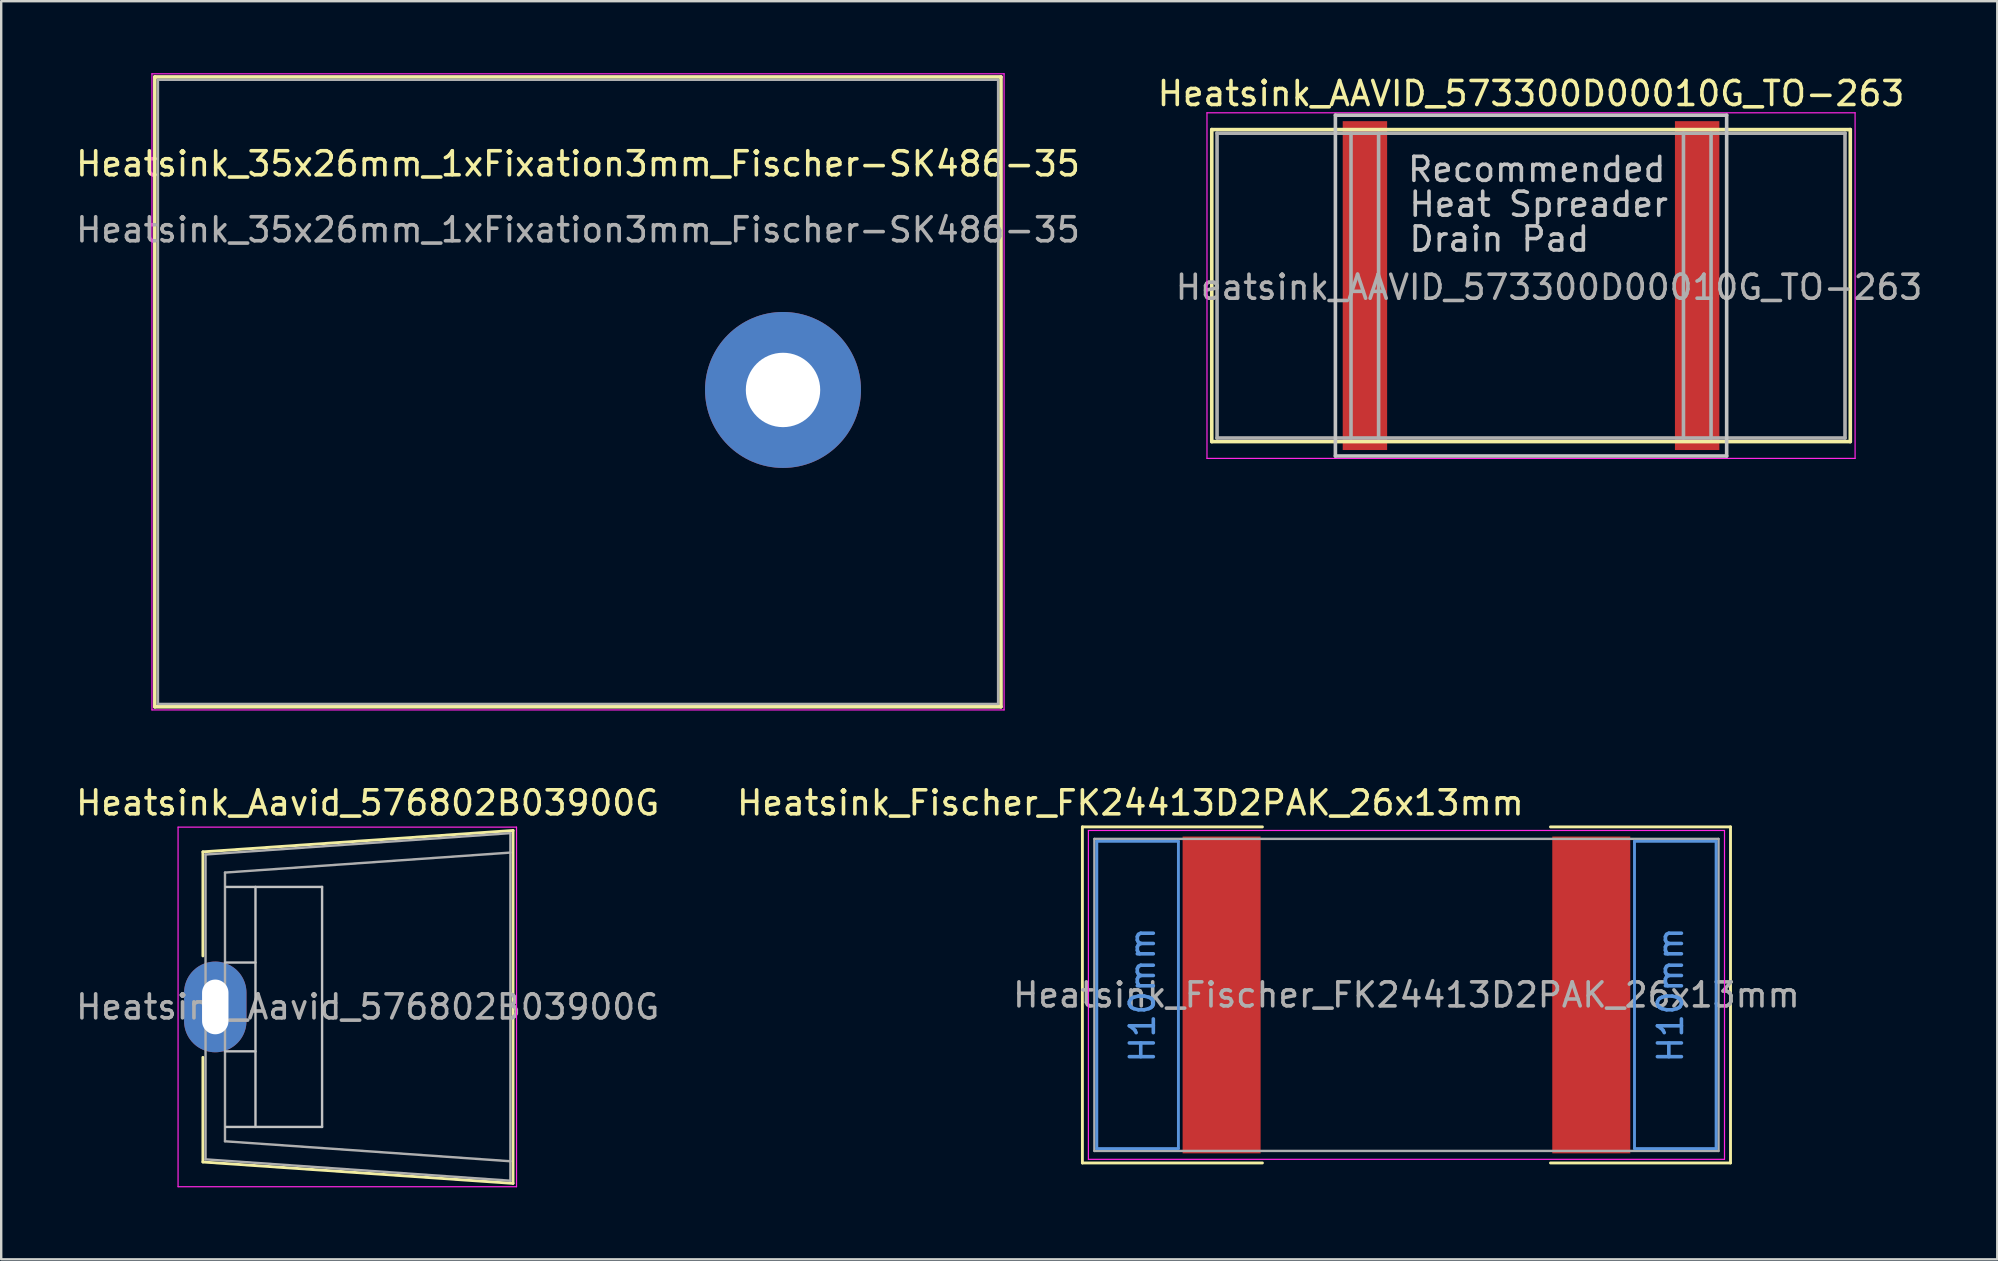
<source format=kicad_pcb>
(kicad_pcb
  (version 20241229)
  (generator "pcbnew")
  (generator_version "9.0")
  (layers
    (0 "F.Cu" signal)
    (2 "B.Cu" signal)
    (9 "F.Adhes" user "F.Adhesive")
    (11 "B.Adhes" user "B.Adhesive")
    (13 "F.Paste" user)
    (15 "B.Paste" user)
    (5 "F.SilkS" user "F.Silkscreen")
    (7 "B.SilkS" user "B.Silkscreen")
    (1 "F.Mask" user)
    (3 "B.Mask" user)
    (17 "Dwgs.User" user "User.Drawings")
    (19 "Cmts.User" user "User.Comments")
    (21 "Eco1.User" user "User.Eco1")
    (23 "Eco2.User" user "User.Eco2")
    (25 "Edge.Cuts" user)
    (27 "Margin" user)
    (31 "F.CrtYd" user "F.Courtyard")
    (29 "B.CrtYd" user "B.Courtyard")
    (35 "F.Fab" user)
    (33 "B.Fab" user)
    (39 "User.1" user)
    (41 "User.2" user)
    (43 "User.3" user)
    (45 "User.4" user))
  (footprint "Heatsink_AAVID_573300D00010G_TO-263"
    (layer "F.Cu")
    (at 60.732 8.848)
    (property "Reference" "Heatsink_AAVID_573300D00010G_TO-263" (at 0 -8 0) (layer "F.SilkS") (effects (font (size 1 1) (thickness 0.15))))
    (attr smd)
    (fp_line (start -13.3 -6.5) (end 13.3 -6.5) (stroke (width 0.15) (type solid)) (layer "F.SilkS"))
    (fp_line (start -13.3 6.5) (end -13.3 -6.5) (stroke (width 0.15) (type solid)) (layer "F.SilkS"))
    (fp_line (start -13.3 6.5) (end 13.3 6.5) (stroke (width 0.15) (type solid)) (layer "F.SilkS"))
    (fp_line (start 13.3 -6.5) (end 13.3 6.5) (stroke (width 0.15) (type solid)) (layer "F.SilkS"))
    (fp_line (start -8.15 -7.1) (end 8.15 -7.1) (stroke (width 0.15) (type solid)) (layer "Dwgs.User"))
    (fp_line (start -8.15 7.1) (end -8.15 -7.1) (stroke (width 0.15) (type solid)) (layer "Dwgs.User"))
    (fp_line (start -8.15 7.1) (end 8.15 7.1) (stroke (width 0.15) (type solid)) (layer "Dwgs.User"))
    (fp_line (start 8.15 7.1) (end 8.15 -7.1) (stroke (width 0.15) (type solid)) (layer "Dwgs.User"))
    (fp_line (start -13.5 -7.2) (end -13.5 7.2) (stroke (width 0.05) (type solid)) (layer "F.CrtYd"))
    (fp_line (start -13.5 7.2) (end 13.5 7.2) (stroke (width 0.05) (type solid)) (layer "F.CrtYd"))
    (fp_line (start 13.5 -7.2) (end -13.5 -7.2) (stroke (width 0.05) (type solid)) (layer "F.CrtYd"))
    (fp_line (start 13.5 7.2) (end 13.5 -7.2) (stroke (width 0.05) (type solid)) (layer "F.CrtYd"))
    (fp_line (start -13.08 -6.35) (end 13.08 -6.35) (stroke (width 0.15) (type solid)) (layer "F.Fab"))
    (fp_line (start -13.08 6.35) (end -13.08 -6.35) (stroke (width 0.15) (type solid)) (layer "F.Fab"))
    (fp_line (start -13.08 6.35) (end 13.08 6.35) (stroke (width 0.15) (type solid)) (layer "F.Fab"))
    (fp_line (start -7.5 6.35) (end -7.5 -6.35) (stroke (width 0.15) (type solid)) (layer "F.Fab"))
    (fp_line (start -6.35 6.35) (end -6.35 -6.35) (stroke (width 0.15) (type solid)) (layer "F.Fab"))
    (fp_line (start 6.35 6.35) (end 6.35 -6.35) (stroke (width 0.15) (type solid)) (layer "F.Fab"))
    (fp_line (start 7.5 6.35) (end 7.5 -6.35) (stroke (width 0.15) (type solid)) (layer "F.Fab"))
    (fp_line (start 13.08 -6.35) (end 13.08 6.35) (stroke (width 0.15) (type solid)) (layer "F.Fab"))
    (fp_text user "Drain Pad" (at -1.32 -1.94 0) (layer "Dwgs.User") (effects (font (size 1 1) (thickness 0.15))))
    (fp_text user "Heat Spreader" (at 0.32 -3.39 0) (layer "Dwgs.User") (effects (font (size 1 1) (thickness 0.15))))
    (fp_text user "Recommended" (at 0.24 -4.84 0) (layer "Dwgs.User") (effects (font (size 1 1) (thickness 0.15))))
    (fp_text user "${REFERENCE}" (at 0.75 0.07 0) (layer "F.Fab") (effects (font (size 1 1) (thickness 0.15))))
    (pad "1" smd rect (at -6.92 0) (size 1.85 13.7) (layers "F.Cu" "F.Mask" "F.Paste"))
    (pad "1" smd rect (at 6.92 0) (size 1.85 13.7) (layers "F.Cu" "F.Mask" "F.Paste")))
  (footprint "Heatsink_Fischer_FK24413D2PAK_26x13mm"
    (layer "F.Cu")
    (at 55.542 38.398)
    (property "Reference" "Heatsink_Fischer_FK24413D2PAK_26x13mm" (at -11.5 -8 180) (layer "F.SilkS") (effects (font (size 1 1) (thickness 0.15))))
    (attr smd)
    (fp_line (start -13.5 -7) (end -6 -7) (stroke (width 0.12) (type solid)) (layer "F.SilkS"))
    (fp_line (start -13.5 7) (end -13.5 -7) (stroke (width 0.12) (type solid)) (layer "F.SilkS"))
    (fp_line (start -13.5 7) (end -6 7) (stroke (width 0.12) (type solid)) (layer "F.SilkS"))
    (fp_line (start 6 -7) (end 13.5 -7) (stroke (width 0.12) (type solid)) (layer "F.SilkS"))
    (fp_line (start 6 7) (end 13.5 7) (stroke (width 0.12) (type solid)) (layer "F.SilkS"))
    (fp_line (start 13.5 -7) (end 13.5 7) (stroke (width 0.12) (type solid)) (layer "F.SilkS"))
    (fp_line (start -12.9 -6.4) (end -9.5 -6.4) (stroke (width 0.12) (type solid)) (layer "Cmts.User"))
    (fp_line (start -12.9 6.4) (end -12.9 -6.4) (stroke (width 0.12) (type solid)) (layer "Cmts.User"))
    (fp_line (start -9.5 -6.4) (end -9.5 6.4) (stroke (width 0.12) (type solid)) (layer "Cmts.User"))
    (fp_line (start -9.5 6.4) (end -12.9 6.4) (stroke (width 0.12) (type solid)) (layer "Cmts.User"))
    (fp_line (start 9.5 6.4) (end 9.5 -6.4) (stroke (width 0.12) (type solid)) (layer "Cmts.User"))
    (fp_line (start 9.5 6.4) (end 12.9 6.4) (stroke (width 0.12) (type solid)) (layer "Cmts.User"))
    (fp_line (start 12.9 -6.4) (end 9.5 -6.4) (stroke (width 0.12) (type solid)) (layer "Cmts.User"))
    (fp_line (start 12.9 6.4) (end 12.9 -6.4) (stroke (width 0.12) (type solid)) (layer "Cmts.User"))
    (fp_line (start -13.25 -6.85) (end -13.25 6.85) (stroke (width 0.05) (type solid)) (layer "F.CrtYd"))
    (fp_line (start -13.25 -6.85) (end 13.25 -6.85) (stroke (width 0.05) (type solid)) (layer "F.CrtYd"))
    (fp_line (start 13.25 6.85) (end -13.25 6.85) (stroke (width 0.05) (type solid)) (layer "F.CrtYd"))
    (fp_line (start 13.25 6.85) (end 13.25 -6.85) (stroke (width 0.05) (type solid)) (layer "F.CrtYd"))
    (fp_line (start -13 -6.5) (end 13 -6.5) (stroke (width 0.1) (type solid)) (layer "F.Fab"))
    (fp_line (start -13 6.5) (end -13 -6.5) (stroke (width 0.1) (type solid)) (layer "F.Fab"))
    (fp_line (start 13 -6.5) (end 13 6.5) (stroke (width 0.1) (type solid)) (layer "F.Fab"))
    (fp_line (start 13 6.5) (end -13 6.5) (stroke (width 0.1) (type solid)) (layer "F.Fab"))
    (fp_text user "H10mm" (at 11 0 90) (layer "Cmts.User") (effects (font (size 1 1) (thickness 0.15))))
    (fp_text user "H10mm" (at -11 0 90) (layer "Cmts.User") (effects (font (size 1 1) (thickness 0.15))))
    (fp_text user "${REFERENCE}" (at 0 0 0) (layer "F.Fab") (effects (font (size 1 1) (thickness 0.15))))
    (pad "1" smd rect (at -7.7 0 180) (size 3.25 13.2) (layers "F.Cu" "F.Mask" "F.Paste"))
    (pad "1" smd rect (at 7.7 0) (size 3.25 13.2) (layers "F.Cu" "F.Mask" "F.Paste")))
  (footprint "Heatsink_35x26mm_1xFixation3mm_Fischer-SK486-35"
    (layer "F.Cu")
    (at 29.57 13.195)
    (property "Reference" "Heatsink_35x26mm_1xFixation3mm_Fischer-SK486-35" (at -8.54 -9.42 0) (layer "F.SilkS") (effects (font (size 1 1) (thickness 0.15))))
    (attr through_hole)
    (fp_line (start -26.17 -13.04) (end -26.17 13.2) (stroke (width 0.15) (type solid)) (layer "F.SilkS"))
    (fp_line (start -26.17 13.2) (end 9.08 13.2) (stroke (width 0.15) (type solid)) (layer "F.SilkS"))
    (fp_line (start 9.08 -13.04) (end -26.17 -13.04) (stroke (width 0.15) (type solid)) (layer "F.SilkS"))
    (fp_line (start 9.08 13.2) (end 9.08 -13.04) (stroke (width 0.15) (type solid)) (layer "F.SilkS"))
    (fp_line (start -26.29 -13.17) (end -26.29 13.33) (stroke (width 0.05) (type solid)) (layer "F.CrtYd"))
    (fp_line (start -26.29 -13.17) (end 9.21 -13.17) (stroke (width 0.05) (type solid)) (layer "F.CrtYd"))
    (fp_line (start 9.21 13.33) (end -26.29 13.33) (stroke (width 0.05) (type solid)) (layer "F.CrtYd"))
    (fp_line (start 9.21 13.33) (end 9.21 -13.17) (stroke (width 0.05) (type solid)) (layer "F.CrtYd"))
    (fp_line (start -26.04 -12.92) (end 8.96 -12.92) (stroke (width 0.1) (type solid)) (layer "F.Fab"))
    (fp_line (start -26.04 13.08) (end -26.04 -12.92) (stroke (width 0.1) (type solid)) (layer "F.Fab"))
    (fp_line (start 8.96 -12.92) (end 8.96 13.08) (stroke (width 0.1) (type solid)) (layer "F.Fab"))
    (fp_line (start 8.96 13.08) (end -26.04 13.08) (stroke (width 0.1) (type solid)) (layer "F.Fab"))
    (fp_text user "${REFERENCE}" (at -8.54 -6.67 0) (layer "F.Fab") (effects (font (size 1 1) (thickness 0.15))))
    (pad "1" thru_hole circle (at 0 0) (size 6.497 6.497) (drill 3.099) (layers "*.Cu" "*.Mask")))
  (footprint "Heatsink_Aavid_576802B03900G"
    (layer "F.Cu")
    (at 5.918 38.898)
    (property "Reference" "Heatsink_Aavid_576802B03900G" (at 6.35 -8.5 0) (layer "F.SilkS") (effects (font (size 1 1) (thickness 0.15))))
    (attr through_hole)
    (fp_line (start -0.515 -6.46) (end -0.515 -2.125) (stroke (width 0.12) (type solid)) (layer "F.SilkS"))
    (fp_line (start -0.515 -6.46) (end 12.405 -7.35) (stroke (width 0.12) (type solid)) (layer "F.SilkS"))
    (fp_line (start -0.515 2.1) (end -0.515 6.46) (stroke (width 0.12) (type solid)) (layer "F.SilkS"))
    (fp_line (start -0.515 6.46) (end 12.405 7.35) (stroke (width 0.12) (type solid)) (layer "F.SilkS"))
    (fp_line (start 12.405 -7.35) (end 12.405 7.35) (stroke (width 0.12) (type solid)) (layer "F.SilkS"))
    (fp_line (start 0.405 -1.85) (end 1.675 -1.85) (stroke (width 0.1) (type solid)) (layer "Dwgs.User"))
    (fp_line (start 0.405 1.85) (end 1.675 1.85) (stroke (width 0.1) (type solid)) (layer "Dwgs.User"))
    (fp_line (start 0.45 -5) (end 4.45 -5) (stroke (width 0.1) (type solid)) (layer "Dwgs.User"))
    (fp_line (start 1.675 -5) (end 1.675 5) (stroke (width 0.1) (type solid)) (layer "Dwgs.User"))
    (fp_line (start 4.45 -5) (end 4.45 5) (stroke (width 0.1) (type solid)) (layer "Dwgs.User"))
    (fp_line (start 4.45 5) (end 0.45 5) (stroke (width 0.1) (type solid)) (layer "Dwgs.User"))
    (fp_line (start -1.55 -7.49) (end -1.55 7.49) (stroke (width 0.05) (type solid)) (layer "F.CrtYd"))
    (fp_line (start -1.55 7.49) (end 12.55 7.49) (stroke (width 0.05) (type solid)) (layer "F.CrtYd"))
    (fp_line (start 12.55 -7.49) (end -1.55 -7.49) (stroke (width 0.05) (type solid)) (layer "F.CrtYd"))
    (fp_line (start 12.55 -7.49) (end 12.55 7.49) (stroke (width 0.05) (type solid)) (layer "F.CrtYd"))
    (fp_line (start -0.405 -6.35) (end -0.405 6.35) (stroke (width 0.1) (type solid)) (layer "F.Fab"))
    (fp_line (start -0.405 -6.35) (end 12.295 -7.24) (stroke (width 0.1) (type solid)) (layer "F.Fab"))
    (fp_line (start 0.405 -5.597) (end 0.405 5.597) (stroke (width 0.1) (type solid)) (layer "F.Fab"))
    (fp_line (start 0.405 -5.597) (end 12.295 -6.43) (stroke (width 0.1) (type solid)) (layer "F.Fab"))
    (fp_line (start 12.295 -7.24) (end 12.295 7.24) (stroke (width 0.1) (type solid)) (layer "F.Fab"))
    (fp_line (start 12.295 7.24) (end -0.405 6.35) (stroke (width 0.1) (type solid)) (layer "F.Fab"))
    (fp_line (start 12.3 6.43) (end 0.405 5.597) (stroke (width 0.1) (type solid)) (layer "F.Fab"))
    (fp_text user "${REFERENCE}" (at 6.35 0 0) (layer "F.Fab") (effects (font (size 1 1) (thickness 0.15))))
    (pad "1" thru_hole oval (at 0 0) (size 2.6 3.78) (drill oval 1.1 2.28) (layers "*.Cu" "*.Mask")))
  (gr_rect
    (start -3 -3)
    (end 80.155 49.413)
    (stroke (width 0.1) (type default))
    (fill no)
    (layer "Edge.Cuts")))
</source>
